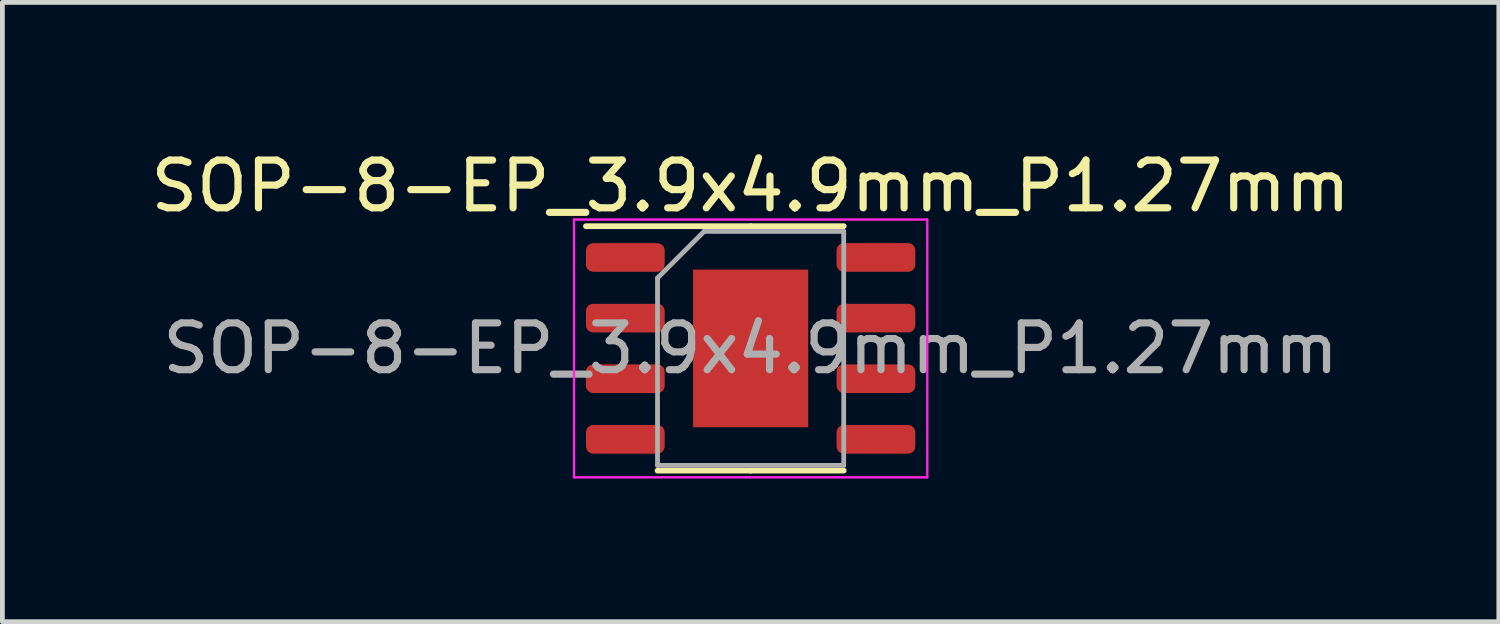
<source format=kicad_pcb>
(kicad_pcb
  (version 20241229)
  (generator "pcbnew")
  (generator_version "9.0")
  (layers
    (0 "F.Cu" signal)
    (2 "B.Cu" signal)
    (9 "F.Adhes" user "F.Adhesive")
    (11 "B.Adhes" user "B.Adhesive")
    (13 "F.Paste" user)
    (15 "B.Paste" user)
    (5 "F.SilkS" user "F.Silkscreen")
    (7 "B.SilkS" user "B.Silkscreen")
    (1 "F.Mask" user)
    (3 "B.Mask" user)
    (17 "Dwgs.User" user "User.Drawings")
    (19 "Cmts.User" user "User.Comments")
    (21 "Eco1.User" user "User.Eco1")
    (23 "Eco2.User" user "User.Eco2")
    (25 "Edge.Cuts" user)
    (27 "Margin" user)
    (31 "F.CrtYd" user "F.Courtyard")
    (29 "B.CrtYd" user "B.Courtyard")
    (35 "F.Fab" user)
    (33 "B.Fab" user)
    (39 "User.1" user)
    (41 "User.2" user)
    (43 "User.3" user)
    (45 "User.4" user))
  (footprint "SOP-8-EP_3.9x4.9mm_P1.27mm"
    (layer "F.Cu")
    (at 12.673 4.248)
    (property "Reference" "SOP-8-EP_3.9x4.9mm_P1.27mm" (at 0 -3.4 0) (layer "F.SilkS") (effects (font (size 1 1) (thickness 0.15))))
    (attr smd)
    (fp_line (start 0 -2.56) (end -3.45 -2.56) (stroke (width 0.12) (type solid)) (layer "F.SilkS"))
    (fp_line (start 0 -2.56) (end 1.95 -2.56) (stroke (width 0.12) (type solid)) (layer "F.SilkS"))
    (fp_line (start 0 2.56) (end -1.95 2.56) (stroke (width 0.12) (type solid)) (layer "F.SilkS"))
    (fp_line (start 0 2.56) (end 1.95 2.56) (stroke (width 0.12) (type solid)) (layer "F.SilkS"))
    (fp_line (start -3.7 -2.7) (end -3.7 2.7) (stroke (width 0.05) (type solid)) (layer "F.CrtYd"))
    (fp_line (start -3.7 2.7) (end 3.7 2.7) (stroke (width 0.05) (type solid)) (layer "F.CrtYd"))
    (fp_line (start 3.7 -2.7) (end -3.7 -2.7) (stroke (width 0.05) (type solid)) (layer "F.CrtYd"))
    (fp_line (start 3.7 2.7) (end 3.7 -2.7) (stroke (width 0.05) (type solid)) (layer "F.CrtYd"))
    (fp_line (start -1.95 -1.475) (end -0.975 -2.45) (stroke (width 0.1) (type solid)) (layer "F.Fab"))
    (fp_line (start -1.95 2.45) (end -1.95 -1.475) (stroke (width 0.1) (type solid)) (layer "F.Fab"))
    (fp_line (start -0.975 -2.45) (end 1.95 -2.45) (stroke (width 0.1) (type solid)) (layer "F.Fab"))
    (fp_line (start 1.95 -2.45) (end 1.95 2.45) (stroke (width 0.1) (type solid)) (layer "F.Fab"))
    (fp_line (start 1.95 2.45) (end -1.95 2.45) (stroke (width 0.1) (type solid)) (layer "F.Fab"))
    (fp_text user "${REFERENCE}" (at 0 0 0) (layer "F.Fab") (effects (font (size 0.98 0.98) (thickness 0.15))))
    (pad "1" smd roundrect (at -2.625 -1.905) (size 1.65 0.6) (layers "F.Cu" "F.Mask" "F.Paste") (roundrect_rratio 0.25))
    (pad "2" smd roundrect (at -2.625 -0.635) (size 1.65 0.6) (layers "F.Cu" "F.Mask" "F.Paste") (roundrect_rratio 0.25))
    (pad "3" smd roundrect (at -2.625 0.635) (size 1.65 0.6) (layers "F.Cu" "F.Mask" "F.Paste") (roundrect_rratio 0.25))
    (pad "4" smd roundrect (at -2.625 1.905) (size 1.65 0.6) (layers "F.Cu" "F.Mask" "F.Paste") (roundrect_rratio 0.25))
    (pad "5" smd roundrect (at 2.625 1.905) (size 1.65 0.6) (layers "F.Cu" "F.Mask" "F.Paste") (roundrect_rratio 0.25))
    (pad "6" smd roundrect (at 2.625 0.635) (size 1.65 0.6) (layers "F.Cu" "F.Mask" "F.Paste") (roundrect_rratio 0.25))
    (pad "7" smd roundrect (at 2.625 -0.635) (size 1.65 0.6) (layers "F.Cu" "F.Mask" "F.Paste") (roundrect_rratio 0.25))
    (pad "8" smd roundrect (at 2.625 -1.905) (size 1.65 0.6) (layers "F.Cu" "F.Mask" "F.Paste") (roundrect_rratio 0.25))
    (pad "EP" smd rect (at 0 0) (size 2.413 3.302) (layers "F.Cu" "F.Mask" "F.Paste")))
  (gr_rect
    (start -3 -3)
    (end 28.345 9.973)
    (stroke (width 0.1) (type default))
    (fill no)
    (layer "Edge.Cuts")))
</source>
